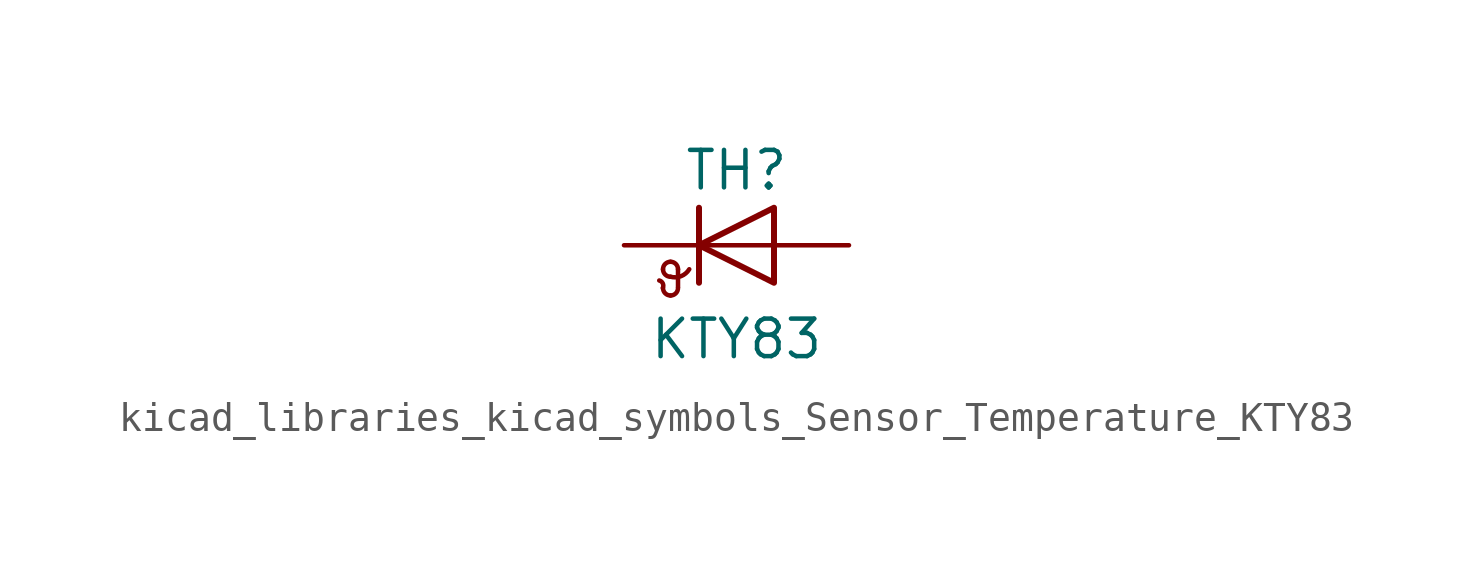
<source format=kicad_sym>
(kicad_symbol_lib
  (version 20220914)
  (generator kicad_symbol_editor)
  (symbol "kicad_libraries_kicad_symbols_Sensor_Temperature_KTY83"
    (pin_numbers hide)
    (pin_names
      (offset 0) hide)
    (property "Reference" "TH"
      (at 0 2.54 0)
      (effects (font (size 1.27 1.27))))
    (property "Value" "KTY83"
      (at 0 -3.175 0)
      (effects (font (size 1.27 1.27))))
    (symbol "kicad_libraries_kicad_symbols_Sensor_Temperature_KTY83_0_1"
      (arc (start -2.4892 -1.4478) (mid -2.4907 -1.2925) (end -2.6162 -1.1938) (stroke (width 0) (type default)) (fill (type none)))
      (arc (start -2.4892 -1.4478) (mid -2.4148 -1.6274) (end -2.2352 -1.7018) (stroke (width 0) (type default)) (fill (type none)))
      (arc (start -2.4892 -0.8128) (mid -2.4148 -0.9924) (end -2.2352 -1.0668) (stroke (width 0) (type default)) (fill (type none)))
      (arc (start -2.2352 -1.7018) (mid -2.0556 -1.6274) (end -1.9812 -1.4478) (stroke (width 0) (type default)) (fill (type none)))
      (arc (start -2.2352 -1.0668) (mid -1.8805 -1.0481) (end -1.6002 -0.8128) (stroke (width 0) (type default)) (fill (type none)))
      (arc (start -2.2352 -0.5588) (mid -2.4148 -0.6332) (end -2.4892 -0.8128) (stroke (width 0) (type default)) (fill (type none)))
      (arc (start -1.9812 -0.8128) (mid -2.0556 -0.6332) (end -2.2352 -0.5588) (stroke (width 0) (type default)) (fill (type none)))
      (polyline (pts (xy -1.981 -1.422) (xy -1.981 -0.813)) (stroke (width 0) (type default)) (fill (type none)))
      (polyline (pts (xy -1.27 1.27) (xy -1.27 -1.27)) (stroke (width 0.203) (type default)) (fill (type none)))
      (polyline (pts (xy 1.27 0) (xy -1.27 0)) (stroke (width 0) (type default)) (fill (type none)))
      (polyline (pts (xy 1.27 -1.27) (xy 1.27 1.27) (xy -1.27 0) (xy 1.27 -1.27)) (stroke (width 0.203) (type default)) (fill (type none))))
    (symbol "kicad_libraries_kicad_symbols_Sensor_Temperature_KTY83_1_1"
      (pin passive line (at -3.81 0 0) (length 2.54) (name "K" (effects (font (size 1.27 1.27)))) (number "1" (effects (font (size 1.27 1.27)))))
      (pin passive line (at 3.81 0 180) (length 2.54) (name "A" (effects (font (size 1.27 1.27)))) (number "2" (effects (font (size 1.27 1.27))))))))
</source>
